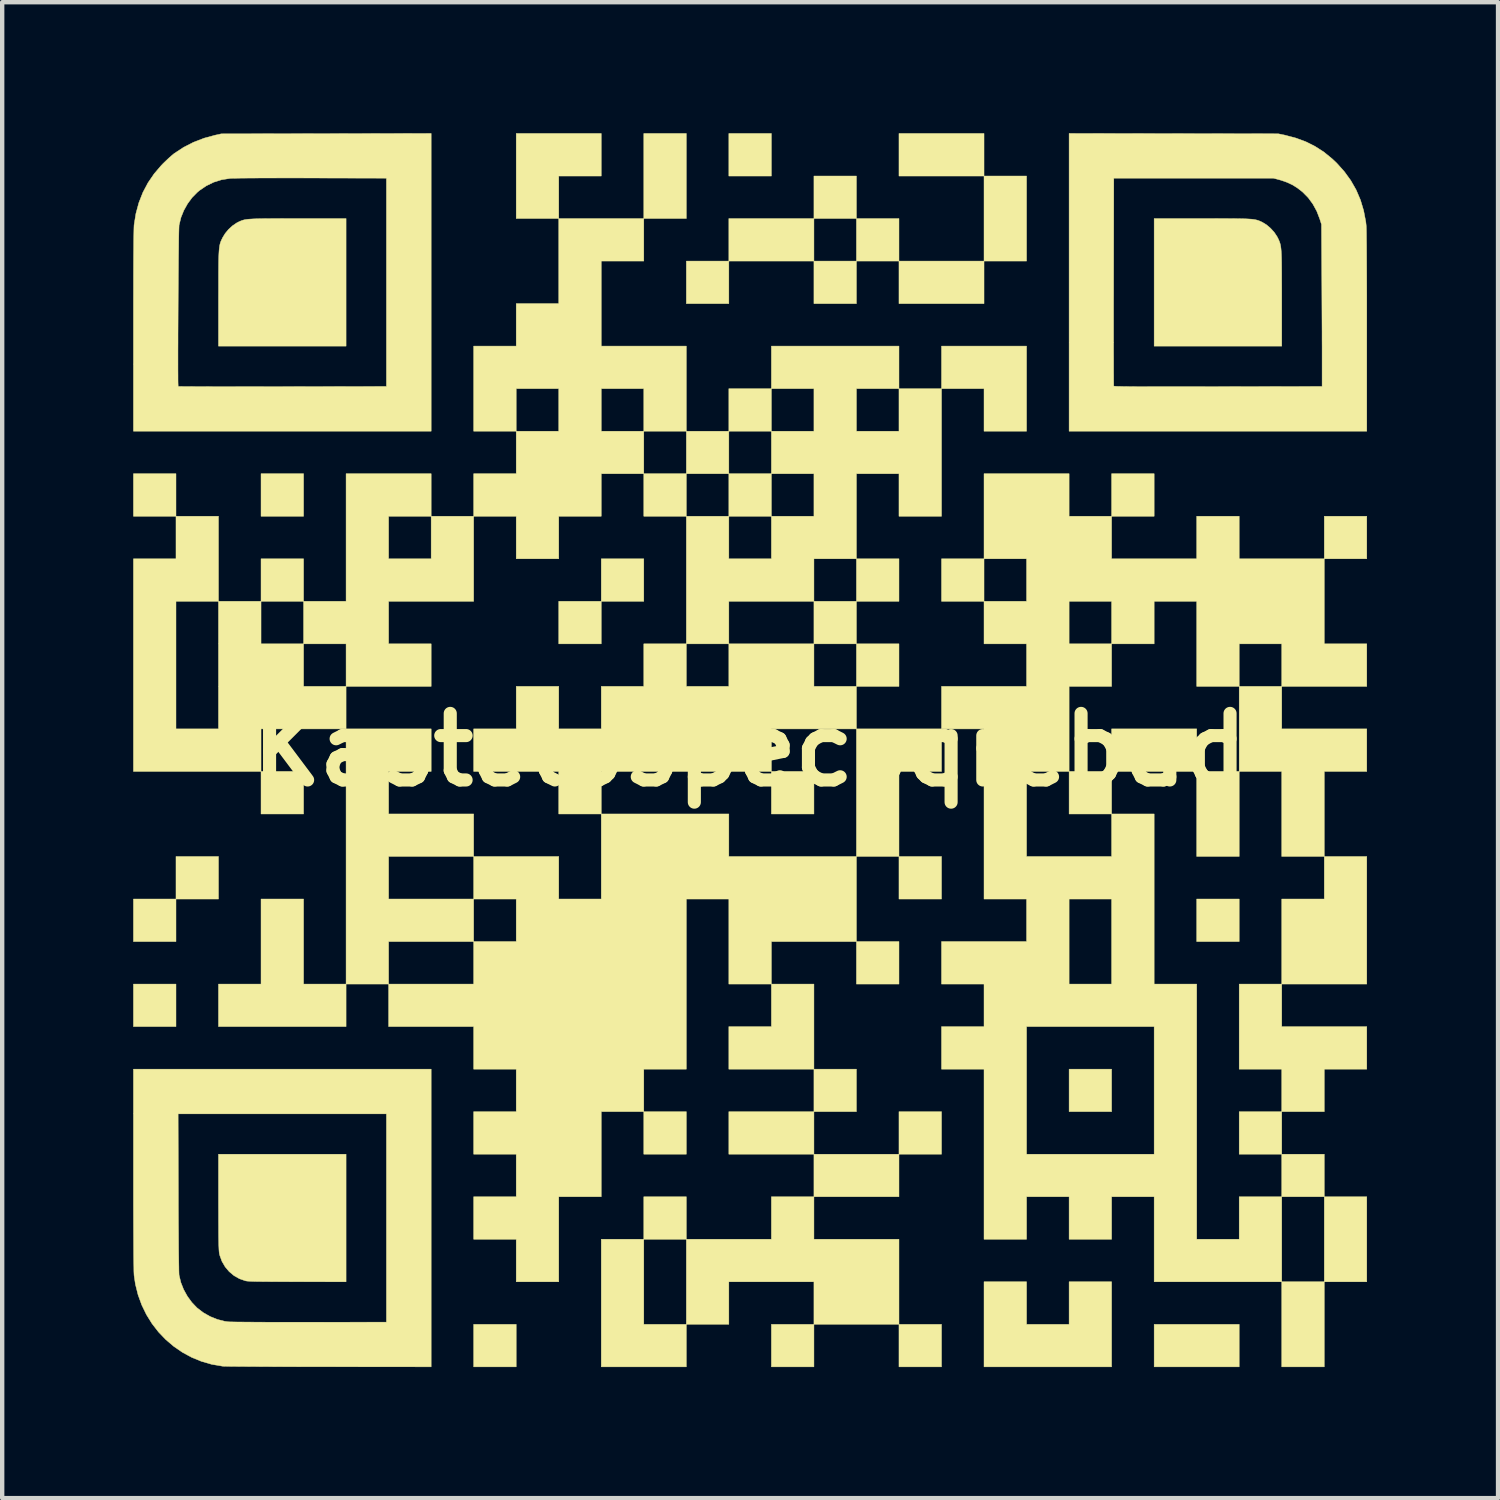
<source format=kicad_pcb>
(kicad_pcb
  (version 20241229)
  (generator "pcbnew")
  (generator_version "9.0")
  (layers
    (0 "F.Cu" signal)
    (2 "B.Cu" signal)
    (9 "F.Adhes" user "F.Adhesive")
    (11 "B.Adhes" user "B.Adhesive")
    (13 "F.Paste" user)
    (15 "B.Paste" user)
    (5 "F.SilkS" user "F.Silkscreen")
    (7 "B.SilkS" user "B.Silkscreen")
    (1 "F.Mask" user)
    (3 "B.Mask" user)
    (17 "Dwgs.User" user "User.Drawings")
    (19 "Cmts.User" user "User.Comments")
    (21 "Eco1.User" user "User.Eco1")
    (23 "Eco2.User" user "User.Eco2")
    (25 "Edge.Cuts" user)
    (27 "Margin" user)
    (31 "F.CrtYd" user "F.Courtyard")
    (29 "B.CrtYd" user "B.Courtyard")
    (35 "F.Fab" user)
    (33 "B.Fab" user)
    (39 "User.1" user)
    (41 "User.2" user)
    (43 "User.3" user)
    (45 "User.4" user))
  (footprint "Kastelospecsqrcbad"
    (layer "F.Cu")
    (at 14.116 14.117)
    (property "Reference" "Kastelospecsqrcbad" (at 0 0 0) (layer "F.SilkS") (effects (font (size 1.524 1.524) (thickness 0.3))))
    (attr through_hole)
    (fp_poly (pts (xy -13.137 -5.348) (xy -14.111 -5.348) (xy -14.111 -6.322) (xy -13.137 -6.322) (xy -13.137 -5.348)) (stroke (width 0.01) (type solid)) (fill yes) (layer "F.SilkS"))
    (fp_poly (pts (xy -13.137 4.389) (xy -14.111 4.389) (xy -14.111 3.415) (xy -13.137 3.415) (xy -13.137 4.389)) (stroke (width 0.01) (type solid)) (fill yes) (layer "F.SilkS"))
    (fp_poly (pts (xy -13.137 6.336) (xy -14.111 6.336) (xy -14.111 5.362) (xy -13.137 5.362) (xy -13.137 6.336)) (stroke (width 0.01) (type solid)) (fill yes) (layer "F.SilkS"))
    (fp_poly (pts (xy -12.164 3.415) (xy -13.137 3.415) (xy -13.137 2.441) (xy -12.164 2.441) (xy -12.164 3.415)) (stroke (width 0.01) (type solid)) (fill yes) (layer "F.SilkS"))
    (fp_poly (pts (xy -10.216 -5.348) (xy -11.19 -5.348) (xy -11.19 -6.322) (xy -10.216 -6.322) (xy -10.216 -5.348)) (stroke (width 0.01) (type solid)) (fill yes) (layer "F.SilkS"))
    (fp_poly (pts (xy -10.216 1.468) (xy -11.19 1.468) (xy -11.19 0.494) (xy -10.216 0.494) (xy -10.216 1.468)) (stroke (width 0.01) (type solid)) (fill yes) (layer "F.SilkS"))
    (fp_poly (pts (xy -5.348 14.125) (xy -6.322 14.125) (xy -6.322 13.152) (xy -5.348 13.152) (xy -5.348 14.125)) (stroke (width 0.01) (type solid)) (fill yes) (layer "F.SilkS"))
    (fp_poly (pts (xy -3.401 -2.427) (xy -4.374 -2.427) (xy -4.374 -3.401) (xy -3.401 -3.401) (xy -3.401 -2.427)) (stroke (width 0.01) (type solid)) (fill yes) (layer "F.SilkS"))
    (fp_poly (pts (xy -2.427 -3.401) (xy -3.401 -3.401) (xy -3.401 -4.374) (xy -2.427 -4.374) (xy -2.427 -3.401)) (stroke (width 0.01) (type solid)) (fill yes) (layer "F.SilkS"))
    (fp_poly (pts (xy -1.453 -12.164) (xy -2.427 -12.164) (xy -2.427 -14.111) (xy -1.453 -14.111) (xy -1.453 -12.164)) (stroke (width 0.01) (type solid)) (fill yes) (layer "F.SilkS"))
    (fp_poly (pts (xy -1.453 -5.348) (xy -2.427 -5.348) (xy -2.427 -6.322) (xy -1.453 -6.322) (xy -1.453 -5.348)) (stroke (width 0.01) (type solid)) (fill yes) (layer "F.SilkS"))
    (fp_poly (pts (xy -1.453 9.257) (xy -2.427 9.257) (xy -2.427 8.283) (xy -1.453 8.283) (xy -1.453 9.257)) (stroke (width 0.01) (type solid)) (fill yes) (layer "F.SilkS"))
    (fp_poly (pts (xy -0.48 -10.216) (xy -1.453 -10.216) (xy -1.453 -11.19) (xy -0.48 -11.19) (xy -0.48 -10.216)) (stroke (width 0.01) (type solid)) (fill yes) (layer "F.SilkS"))
    (fp_poly (pts (xy -0.48 -6.322) (xy -1.453 -6.322) (xy -1.453 -7.295) (xy -0.48 -7.295) (xy -0.48 -6.322)) (stroke (width 0.01) (type solid)) (fill yes) (layer "F.SilkS"))
    (fp_poly (pts (xy 0.494 -13.137) (xy -0.48 -13.137) (xy -0.48 -14.111) (xy 0.494 -14.111) (xy 0.494 -13.137)) (stroke (width 0.01) (type solid)) (fill yes) (layer "F.SilkS"))
    (fp_poly (pts (xy 0.494 -5.348) (xy -0.48 -5.348) (xy -0.48 -6.322) (xy 0.494 -6.322) (xy 0.494 -5.348)) (stroke (width 0.01) (type solid)) (fill yes) (layer "F.SilkS"))
    (fp_poly (pts (xy 1.468 -3.401) (xy 2.441 -3.401) (xy 2.441 -2.427) (xy 1.468 -2.427) (xy 1.468 -3.401)) (stroke (width 0.01) (type solid)) (fill yes) (layer "F.SilkS"))
    (fp_poly (pts (xy 1.468 1.468) (xy 0.494 1.468) (xy 0.494 0.494) (xy 1.468 0.494) (xy 1.468 1.468)) (stroke (width 0.01) (type solid)) (fill yes) (layer "F.SilkS"))
    (fp_poly (pts (xy 1.468 9.257) (xy -0.48 9.257) (xy -0.48 8.283) (xy 1.468 8.283) (xy 1.468 9.257)) (stroke (width 0.01) (type solid)) (fill yes) (layer "F.SilkS"))
    (fp_poly (pts (xy 1.468 14.125) (xy 0.494 14.125) (xy 0.494 13.152) (xy 1.468 13.152) (xy 1.468 14.125)) (stroke (width 0.01) (type solid)) (fill yes) (layer "F.SilkS"))
    (fp_poly (pts (xy 2.441 8.283) (xy 1.468 8.283) (xy 1.468 7.31) (xy 2.441 7.31) (xy 2.441 8.283)) (stroke (width 0.01) (type solid)) (fill yes) (layer "F.SilkS"))
    (fp_poly (pts (xy 3.415 -3.401) (xy 2.441 -3.401) (xy 2.441 -4.374) (xy 3.415 -4.374) (xy 3.415 -3.401)) (stroke (width 0.01) (type solid)) (fill yes) (layer "F.SilkS"))
    (fp_poly (pts (xy 3.415 -1.453) (xy 2.441 -1.453) (xy 2.441 -2.427) (xy 3.415 -2.427) (xy 3.415 -1.453)) (stroke (width 0.01) (type solid)) (fill yes) (layer "F.SilkS"))
    (fp_poly (pts (xy 3.415 5.362) (xy 2.441 5.362) (xy 2.441 4.389) (xy 3.415 4.389) (xy 3.415 5.362)) (stroke (width 0.01) (type solid)) (fill yes) (layer "F.SilkS"))
    (fp_poly (pts (xy 3.415 10.231) (xy 1.468 10.231) (xy 1.468 9.257) (xy 3.415 9.257) (xy 3.415 10.231)) (stroke (width 0.01) (type solid)) (fill yes) (layer "F.SilkS"))
    (fp_poly (pts (xy 4.389 3.415) (xy 3.415 3.415) (xy 3.415 2.441) (xy 4.389 2.441) (xy 4.389 3.415)) (stroke (width 0.01) (type solid)) (fill yes) (layer "F.SilkS"))
    (fp_poly (pts (xy 4.389 9.257) (xy 3.415 9.257) (xy 3.415 8.283) (xy 4.389 8.283) (xy 4.389 9.257)) (stroke (width 0.01) (type solid)) (fill yes) (layer "F.SilkS"))
    (fp_poly (pts (xy 4.389 14.125) (xy 3.415 14.125) (xy 3.415 13.152) (xy 4.389 13.152) (xy 4.389 14.125)) (stroke (width 0.01) (type solid)) (fill yes) (layer "F.SilkS"))
    (fp_poly (pts (xy 5.362 -13.137) (xy 3.415 -13.137) (xy 3.415 -14.111) (xy 5.362 -14.111) (xy 5.362 -13.137)) (stroke (width 0.01) (type solid)) (fill yes) (layer "F.SilkS"))
    (fp_poly (pts (xy 5.362 -10.216) (xy 3.415 -10.216) (xy 3.415 -11.19) (xy 5.362 -11.19) (xy 5.362 -10.216)) (stroke (width 0.01) (type solid)) (fill yes) (layer "F.SilkS"))
    (fp_poly (pts (xy 6.336 -11.19) (xy 5.362 -11.19) (xy 5.362 -13.137) (xy 6.336 -13.137) (xy 6.336 -11.19)) (stroke (width 0.01) (type solid)) (fill yes) (layer "F.SilkS"))
    (fp_poly (pts (xy 8.283 1.468) (xy 7.31 1.468) (xy 7.31 0.494) (xy 8.283 0.494) (xy 8.283 1.468)) (stroke (width 0.01) (type solid)) (fill yes) (layer "F.SilkS"))
    (fp_poly (pts (xy 8.283 8.283) (xy 7.31 8.283) (xy 7.31 7.31) (xy 8.283 7.31) (xy 8.283 8.283)) (stroke (width 0.01) (type solid)) (fill yes) (layer "F.SilkS"))
    (fp_poly (pts (xy 9.257 -5.348) (xy 8.283 -5.348) (xy 8.283 -6.322) (xy 9.257 -6.322) (xy 9.257 -5.348)) (stroke (width 0.01) (type solid)) (fill yes) (layer "F.SilkS"))
    (fp_poly (pts (xy 10.231 0.494) (xy 8.283 0.494) (xy 8.283 -0.48) (xy 10.231 -0.48) (xy 10.231 0.494)) (stroke (width 0.01) (type solid)) (fill yes) (layer "F.SilkS"))
    (fp_poly (pts (xy 11.204 2.441) (xy 10.231 2.441) (xy 10.231 0.494) (xy 11.204 0.494) (xy 11.204 2.441)) (stroke (width 0.01) (type solid)) (fill yes) (layer "F.SilkS"))
    (fp_poly (pts (xy 11.204 4.389) (xy 10.231 4.389) (xy 10.231 3.415) (xy 11.204 3.415) (xy 11.204 4.389)) (stroke (width 0.01) (type solid)) (fill yes) (layer "F.SilkS"))
    (fp_poly (pts (xy 11.204 14.125) (xy 9.257 14.125) (xy 9.257 13.152) (xy 11.204 13.152) (xy 11.204 14.125)) (stroke (width 0.01) (type solid)) (fill yes) (layer "F.SilkS"))
    (fp_poly (pts (xy 14.125 -4.374) (xy 13.152 -4.374) (xy 13.152 -5.348) (xy 14.125 -5.348) (xy 14.125 -4.374)) (stroke (width 0.01) (type solid)) (fill yes) (layer "F.SilkS"))
    (fp_poly (pts (xy -3.401 -13.137) (xy -4.374 -13.137) (xy -4.374 -12.164) (xy -5.348 -12.164) (xy -5.348 -14.111) (xy -3.401 -14.111) (xy -3.401 -13.137)) (stroke (width 0.01) (type solid)) (fill yes) (layer "F.SilkS"))
    (fp_poly (pts (xy 1.468 7.31) (xy -0.48 7.31) (xy -0.48 6.336) (xy 0.494 6.336) (xy 0.494 5.362) (xy 1.468 5.362) (xy 1.468 7.31)) (stroke (width 0.01) (type solid)) (fill yes) (layer "F.SilkS"))
    (fp_poly (pts (xy 4.389 0.494) (xy 3.415 0.494) (xy 3.415 2.441) (xy 2.441 2.441) (xy 2.441 -0.48) (xy 4.389 -0.48) (xy 4.389 0.494)) (stroke (width 0.01) (type solid)) (fill yes) (layer "F.SilkS"))
    (fp_poly (pts (xy 6.336 -7.295) (xy 5.362 -7.295) (xy 5.362 -8.269) (xy 4.389 -8.269) (xy 4.389 -9.243) (xy 6.336 -9.243) (xy 6.336 -7.295)) (stroke (width 0.01) (type solid)) (fill yes) (layer "F.SilkS"))
    (fp_poly (pts (xy -10.216 5.362) (xy -9.243 5.362) (xy -9.243 6.336) (xy -12.164 6.336) (xy -12.164 5.362) (xy -11.19 5.362) (xy -11.19 3.415) (xy -10.216 3.415) (xy -10.216 5.362)) (stroke (width 0.01) (type solid)) (fill yes) (layer "F.SilkS"))
    (fp_poly (pts (xy 6.336 13.152) (xy 7.31 13.152) (xy 7.31 12.178) (xy 8.283 12.178) (xy 8.283 14.125) (xy 5.362 14.125) (xy 5.362 12.178) (xy 6.336 12.178) (xy 6.336 13.152)) (stroke (width 0.01) (type solid)) (fill yes) (layer "F.SilkS"))
    (fp_poly (pts (xy -0.48 -12.164) (xy 1.468 -12.164) (xy 1.468 -11.19) (xy 2.441 -11.19) (xy 2.441 -12.164) (xy 1.468 -12.164) (xy 1.468 -13.137) (xy 2.441 -13.137) (xy 2.441 -12.164) (xy 3.415 -12.164) (xy 3.415 -11.19) (xy 2.441 -11.19) (xy 2.441 -10.216) (xy 1.468 -10.216) (xy 1.468 -11.19) (xy -0.48 -11.19) (xy -0.48 -12.164)) (stroke (width 0.01) (type solid)) (fill yes) (layer "F.SilkS"))
    (fp_poly (pts (xy -1.453 11.204) (xy 0.494 11.204) (xy 0.494 10.231) (xy 1.468 10.231) (xy 1.468 11.204) (xy 3.415 11.204) (xy 3.415 13.152) (xy 1.468 13.152) (xy 1.468 12.178) (xy -0.48 12.178) (xy -0.48 13.152) (xy -1.453 13.152) (xy -1.453 14.125) (xy -3.401 14.125) (xy -3.401 11.204) (xy -2.427 11.204) (xy -2.427 13.152) (xy -1.453 13.152) (xy -1.453 11.204) (xy -2.427 11.204) (xy -2.427 10.231) (xy -1.453 10.231) (xy -1.453 11.204)) (stroke (width 0.01) (type solid)) (fill yes) (layer "F.SilkS"))
    (fp_poly (pts (xy -9.243 12.178) (xy -10.354 12.177) (xy -10.566 12.176) (xy -10.752 12.176) (xy -10.914 12.175) (xy -11.052 12.174) (xy -11.169 12.173) (xy -11.267 12.172) (xy -11.348 12.17) (xy -11.412 12.168) (xy -11.463 12.165) (xy -11.501 12.163) (xy -11.529 12.159) (xy -11.546 12.156) (xy -11.682 12.109) (xy -11.808 12.038) (xy -11.918 11.946) (xy -12.011 11.836) (xy -12.084 11.711) (xy -12.134 11.574) (xy -12.143 11.536) (xy -12.147 11.513) (xy -12.15 11.483) (xy -12.153 11.445) (xy -12.155 11.396) (xy -12.158 11.334) (xy -12.159 11.259) (xy -12.161 11.166) (xy -12.162 11.056) (xy -12.162 10.925) (xy -12.163 10.772) (xy -12.163 10.596) (xy -12.164 10.393) (xy -12.164 10.347) (xy -12.164 9.257) (xy -9.243 9.257) (xy -9.243 12.178)) (stroke (width 0.01) (type solid)) (fill yes) (layer "F.SilkS"))
    (fp_poly (pts (xy -2.427 -11.19) (xy -3.401 -11.19) (xy -3.401 -9.243) (xy -1.453 -9.243) (xy -1.453 -7.295) (xy -2.427 -7.295) (xy -2.427 -6.322) (xy -3.401 -6.322) (xy -3.401 -5.348) (xy -4.374 -5.348) (xy -4.374 -4.374) (xy -5.348 -4.374) (xy -5.348 -5.348) (xy -6.322 -5.348) (xy -6.322 -6.322) (xy -5.348 -6.322) (xy -5.348 -7.295) (xy -6.322 -7.295) (xy -6.322 -8.269) (xy -5.348 -8.269) (xy -5.348 -7.295) (xy -4.374 -7.295) (xy -4.374 -8.269) (xy -3.401 -8.269) (xy -3.401 -7.295) (xy -2.427 -7.295) (xy -2.427 -8.269) (xy -3.401 -8.269) (xy -4.374 -8.269) (xy -5.348 -8.269) (xy -6.322 -8.269) (xy -6.322 -9.243) (xy -5.348 -9.243) (xy -5.348 -10.216) (xy -4.374 -10.216) (xy -4.374 -12.164) (xy -2.427 -12.164) (xy -2.427 -11.19)) (stroke (width 0.01) (type solid)) (fill yes) (layer "F.SilkS"))
    (fp_poly (pts (xy -9.243 -9.243) (xy -12.164 -9.243) (xy -12.164 -10.333) (xy -12.163 -10.545) (xy -12.163 -10.73) (xy -12.163 -10.892) (xy -12.162 -11.031) (xy -12.161 -11.15) (xy -12.159 -11.252) (xy -12.156 -11.337) (xy -12.152 -11.408) (xy -12.147 -11.468) (xy -12.141 -11.517) (xy -12.134 -11.559) (xy -12.125 -11.595) (xy -12.115 -11.627) (xy -12.102 -11.658) (xy -12.088 -11.688) (xy -12.072 -11.721) (xy -12.07 -11.726) (xy -12.011 -11.822) (xy -11.934 -11.915) (xy -11.845 -11.997) (xy -11.752 -12.061) (xy -11.726 -12.075) (xy -11.694 -12.091) (xy -11.665 -12.104) (xy -11.636 -12.116) (xy -11.606 -12.126) (xy -11.572 -12.135) (xy -11.533 -12.142) (xy -11.487 -12.148) (xy -11.43 -12.152) (xy -11.363 -12.156) (xy -11.281 -12.159) (xy -11.185 -12.161) (xy -11.07 -12.162) (xy -10.936 -12.163) (xy -10.78 -12.163) (xy -10.6 -12.164) (xy -10.395 -12.164) (xy -10.347 -12.164) (xy -9.243 -12.164) (xy -9.243 -9.243)) (stroke (width 0.01) (type solid)) (fill yes) (layer "F.SilkS"))
    (fp_poly (pts (xy 10.361 -12.164) (xy 10.572 -12.164) (xy 10.757 -12.163) (xy 10.918 -12.163) (xy 11.057 -12.162) (xy 11.176 -12.161) (xy 11.276 -12.159) (xy 11.361 -12.157) (xy 11.431 -12.153) (xy 11.49 -12.149) (xy 11.538 -12.143) (xy 11.578 -12.136) (xy 11.613 -12.128) (xy 11.644 -12.118) (xy 11.672 -12.107) (xy 11.701 -12.094) (xy 11.733 -12.079) (xy 11.74 -12.075) (xy 11.832 -12.018) (xy 11.923 -11.94) (xy 12.005 -11.85) (xy 12.07 -11.753) (xy 12.084 -11.726) (xy 12.101 -11.692) (xy 12.115 -11.661) (xy 12.127 -11.631) (xy 12.138 -11.599) (xy 12.147 -11.564) (xy 12.155 -11.523) (xy 12.161 -11.474) (xy 12.166 -11.416) (xy 12.17 -11.346) (xy 12.173 -11.263) (xy 12.175 -11.164) (xy 12.176 -11.046) (xy 12.177 -10.91) (xy 12.177 -10.751) (xy 12.178 -10.568) (xy 12.178 -10.36) (xy 12.178 -10.333) (xy 12.178 -9.243) (xy 9.257 -9.243) (xy 9.257 -12.164) (xy 10.361 -12.164)) (stroke (width 0.01) (type solid)) (fill yes) (layer "F.SilkS"))
    (fp_poly (pts (xy -6.322 -5.348) (xy -6.322 -3.401) (xy -8.269 -3.401) (xy -8.269 -2.427) (xy -7.295 -2.427) (xy -7.295 -1.453) (xy -9.243 -1.453) (xy -9.243 -0.48) (xy -11.19 -0.48) (xy -11.19 0.494) (xy -14.111 0.494) (xy -14.111 -3.401) (xy -13.137 -3.401) (xy -13.137 -0.48) (xy -12.164 -0.48) (xy -12.164 -3.401) (xy -13.137 -3.401) (xy -14.111 -3.401) (xy -14.111 -4.374) (xy -13.137 -4.374) (xy -13.137 -5.348) (xy -12.164 -5.348) (xy -12.164 -3.401) (xy -11.19 -3.401) (xy -11.19 -2.427) (xy -10.216 -2.427) (xy -10.216 -1.453) (xy -9.243 -1.453) (xy -9.243 -2.427) (xy -10.216 -2.427) (xy -10.216 -3.401) (xy -11.19 -3.401) (xy -11.19 -4.374) (xy -10.216 -4.374) (xy -10.216 -3.401) (xy -9.243 -3.401) (xy -9.243 -5.348) (xy -8.269 -5.348) (xy -8.269 -4.374) (xy -7.295 -4.374) (xy -7.295 -5.348) (xy -8.269 -5.348) (xy -9.243 -5.348) (xy -9.243 -6.322) (xy -7.295 -6.322) (xy -7.295 -5.348) (xy -6.322 -5.348)) (stroke (width 0.01) (type solid)) (fill yes) (layer "F.SilkS"))
    (fp_poly (pts (xy -4.374 2.441) (xy -4.374 3.415) (xy -3.401 3.415) (xy -3.401 1.468) (xy -0.48 1.468) (xy -0.48 2.441) (xy 2.441 2.441) (xy 2.441 4.389) (xy 0.494 4.389) (xy 0.494 5.362) (xy -0.48 5.362) (xy -0.48 3.415) (xy -1.453 3.415) (xy -1.453 7.31) (xy -2.427 7.31) (xy -2.427 8.283) (xy -3.401 8.283) (xy -3.401 10.231) (xy -4.374 10.231) (xy -4.374 12.178) (xy -5.348 12.178) (xy -5.348 11.204) (xy -6.322 11.204) (xy -6.322 10.231) (xy -5.348 10.231) (xy -5.348 9.257) (xy -6.322 9.257) (xy -6.322 8.283) (xy -5.348 8.283) (xy -5.348 7.31) (xy -6.322 7.31) (xy -6.322 6.336) (xy -8.269 6.336) (xy -8.269 5.362) (xy -9.243 5.362) (xy -9.243 4.389) (xy -8.269 4.389) (xy -8.269 5.362) (xy -6.322 5.362) (xy -6.322 4.389) (xy -8.269 4.389) (xy -9.243 4.389) (xy -9.243 2.441) (xy -8.269 2.441) (xy -8.269 3.415) (xy -6.322 3.415) (xy -6.322 4.389) (xy -5.348 4.389) (xy -5.348 3.415) (xy -6.322 3.415) (xy -6.322 2.441) (xy -8.269 2.441) (xy -9.243 2.441) (xy -9.243 -0.48) (xy -7.295 -0.48) (xy -7.295 0.494) (xy -8.269 0.494) (xy -8.269 1.468) (xy -6.322 1.468) (xy -6.322 2.441) (xy -4.374 2.441)) (stroke (width 0.01) (type solid)) (fill yes) (layer "F.SilkS"))
    (fp_poly (pts (xy 1.468 -1.453) (xy 2.441 -1.453) (xy 2.441 -0.48) (xy 0.494 -0.48) (xy 0.494 0.494) (xy -3.401 0.494) (xy -3.401 1.468) (xy -4.374 1.468) (xy -4.374 0.494) (xy -6.322 0.494) (xy -6.322 -0.48) (xy -5.348 -0.48) (xy -5.348 -1.453) (xy -4.374 -1.453) (xy -4.374 -0.48) (xy -3.401 -0.48) (xy -3.401 -1.453) (xy -2.427 -1.453) (xy -2.427 -2.427) (xy -1.453 -2.427) (xy -1.453 -1.453) (xy -0.48 -1.453) (xy -0.48 -2.427) (xy -1.453 -2.427) (xy -1.453 -5.348) (xy -0.48 -5.348) (xy -0.48 -4.374) (xy 0.494 -4.374) (xy 0.494 -5.348) (xy 1.468 -5.348) (xy 1.468 -6.322) (xy 0.494 -6.322) (xy 0.494 -7.295) (xy -0.48 -7.295) (xy -0.48 -8.269) (xy 0.494 -8.269) (xy 0.494 -7.295) (xy 1.468 -7.295) (xy 1.468 -8.269) (xy 2.441 -8.269) (xy 2.441 -7.295) (xy 3.415 -7.295) (xy 3.415 -8.269) (xy 2.441 -8.269) (xy 1.468 -8.269) (xy 0.494 -8.269) (xy 0.494 -9.243) (xy 3.415 -9.243) (xy 3.415 -8.269) (xy 4.389 -8.269) (xy 4.389 -5.348) (xy 3.415 -5.348) (xy 3.415 -6.322) (xy 2.441 -6.322) (xy 2.441 -4.374) (xy 1.468 -4.374) (xy 1.468 -3.401) (xy -0.48 -3.401) (xy -0.48 -2.427) (xy 1.468 -2.427) (xy 1.468 -1.453)) (stroke (width 0.01) (type solid)) (fill yes) (layer "F.SilkS"))
    (fp_poly (pts (xy -7.295 14.125) (xy -9.634 14.123) (xy -9.891 14.123) (xy -10.14 14.123) (xy -10.382 14.122) (xy -10.614 14.122) (xy -10.834 14.121) (xy -11.042 14.12) (xy -11.235 14.119) (xy -11.412 14.118) (xy -11.571 14.117) (xy -11.712 14.116) (xy -11.832 14.115) (xy -11.93 14.114) (xy -12.003 14.112) (xy -12.052 14.111) (xy -12.073 14.11) (xy -12.318 14.068) (xy -12.554 14) (xy -12.778 13.908) (xy -12.99 13.793) (xy -13.188 13.657) (xy -13.371 13.501) (xy -13.537 13.328) (xy -13.685 13.137) (xy -13.813 12.931) (xy -13.92 12.711) (xy -14.005 12.478) (xy -14.066 12.235) (xy -14.096 12.034) (xy -14.098 11.998) (xy -14.101 11.933) (xy -14.102 11.841) (xy -14.104 11.72) (xy -14.106 11.572) (xy -14.107 11.395) (xy -14.108 11.191) (xy -14.109 10.958) (xy -14.11 10.698) (xy -14.111 10.41) (xy -14.111 10.094) (xy -14.111 9.75) (xy -14.111 9.603) (xy -14.111 8.333) (xy -13.088 8.333) (xy -13.083 10.139) (xy -13.083 10.392) (xy -13.082 10.632) (xy -13.081 10.857) (xy -13.079 11.067) (xy -13.078 11.26) (xy -13.077 11.435) (xy -13.075 11.59) (xy -13.073 11.724) (xy -13.071 11.835) (xy -13.07 11.923) (xy -13.068 11.986) (xy -13.066 12.023) (xy -13.065 12.03) (xy -13.026 12.193) (xy -12.962 12.355) (xy -12.877 12.509) (xy -12.774 12.65) (xy -12.658 12.772) (xy -12.651 12.778) (xy -12.511 12.885) (xy -12.356 12.973) (xy -12.192 13.039) (xy -12.026 13.082) (xy -11.948 13.093) (xy -11.92 13.095) (xy -11.864 13.096) (xy -11.785 13.098) (xy -11.683 13.099) (xy -11.559 13.1) (xy -11.417 13.101) (xy -11.258 13.102) (xy -11.084 13.103) (xy -10.896 13.103) (xy -10.696 13.104) (xy -10.486 13.104) (xy -10.269 13.104) (xy -10.075 13.104) (xy -8.319 13.102) (xy -8.319 8.333) (xy -13.088 8.333) (xy -14.111 8.333) (xy -14.111 7.31) (xy -7.295 7.31) (xy -7.295 14.125)) (stroke (width 0.01) (type solid)) (fill yes) (layer "F.SilkS"))
    (fp_poly (pts (xy 9.705 -14.108) (xy 12.1 -14.104) (xy 12.253 -14.072) (xy 12.5 -14.007) (xy 12.728 -13.923) (xy 12.941 -13.816) (xy 13.142 -13.687) (xy 13.332 -13.532) (xy 13.435 -13.435) (xy 13.609 -13.241) (xy 13.758 -13.036) (xy 13.882 -12.819) (xy 13.98 -12.589) (xy 14.053 -12.346) (xy 14.102 -12.091) (xy 14.11 -12.02) (xy 14.113 -11.984) (xy 14.115 -11.919) (xy 14.117 -11.827) (xy 14.118 -11.706) (xy 14.12 -11.558) (xy 14.121 -11.381) (xy 14.122 -11.177) (xy 14.123 -10.944) (xy 14.124 -10.684) (xy 14.125 -10.396) (xy 14.125 -10.08) (xy 14.125 -9.736) (xy 14.125 -9.589) (xy 14.125 -7.295) (xy 7.31 -7.295) (xy 7.31 -9.524) (xy 8.328 -9.524) (xy 8.328 -9.32) (xy 8.328 -9.131) (xy 8.329 -8.958) (xy 8.329 -8.803) (xy 8.329 -8.667) (xy 8.33 -8.552) (xy 8.33 -8.459) (xy 8.331 -8.39) (xy 8.331 -8.346) (xy 8.332 -8.329) (xy 8.332 -8.329) (xy 8.338 -8.327) (xy 8.355 -8.325) (xy 8.383 -8.323) (xy 8.424 -8.321) (xy 8.479 -8.32) (xy 8.549 -8.318) (xy 8.635 -8.317) (xy 8.738 -8.316) (xy 8.859 -8.315) (xy 9 -8.315) (xy 9.161 -8.314) (xy 9.343 -8.314) (xy 9.548 -8.314) (xy 9.776 -8.314) (xy 10.029 -8.314) (xy 10.308 -8.314) (xy 10.613 -8.315) (xy 10.72 -8.315) (xy 13.102 -8.319) (xy 13.102 -8.968) (xy 13.102 -9.087) (xy 13.102 -9.231) (xy 13.101 -9.396) (xy 13.101 -9.578) (xy 13.1 -9.772) (xy 13.099 -9.976) (xy 13.098 -10.185) (xy 13.097 -10.396) (xy 13.096 -10.605) (xy 13.095 -10.807) (xy 13.095 -10.823) (xy 13.088 -12.03) (xy 13.048 -12.156) (xy 12.98 -12.332) (xy 12.891 -12.495) (xy 12.784 -12.641) (xy 12.66 -12.767) (xy 12.65 -12.776) (xy 12.535 -12.865) (xy 12.421 -12.936) (xy 12.299 -12.993) (xy 12.161 -13.041) (xy 12.103 -13.057) (xy 11.987 -13.088) (xy 8.333 -13.088) (xy 8.329 -10.717) (xy 8.329 -10.461) (xy 8.328 -10.212) (xy 8.328 -9.971) (xy 8.328 -9.742) (xy 8.328 -9.524) (xy 7.31 -9.524) (xy 7.31 -14.112) (xy 9.705 -14.108)) (stroke (width 0.01) (type solid)) (fill yes) (layer "F.SilkS"))
    (fp_poly (pts (xy -7.295 -10.704) (xy -7.295 -7.295) (xy -14.111 -7.295) (xy -14.111 -8.981) (xy -13.092 -8.981) (xy -13.092 -8.832) (xy -13.092 -8.698) (xy -13.091 -8.581) (xy -13.091 -8.483) (xy -13.09 -8.407) (xy -13.088 -8.353) (xy -13.087 -8.325) (xy -13.086 -8.321) (xy -13.071 -8.32) (xy -13.03 -8.319) (xy -12.963 -8.318) (xy -12.872 -8.318) (xy -12.758 -8.317) (xy -12.624 -8.316) (xy -12.471 -8.316) (xy -12.299 -8.315) (xy -12.111 -8.315) (xy -11.908 -8.315) (xy -11.691 -8.314) (xy -11.462 -8.314) (xy -11.223 -8.314) (xy -10.974 -8.315) (xy -10.718 -8.315) (xy -10.697 -8.315) (xy -8.319 -8.319) (xy -8.319 -13.088) (xy -10.033 -13.092) (xy -10.294 -13.093) (xy -10.54 -13.093) (xy -10.769 -13.093) (xy -10.982 -13.092) (xy -11.176 -13.092) (xy -11.351 -13.091) (xy -11.504 -13.09) (xy -11.635 -13.089) (xy -11.742 -13.087) (xy -11.825 -13.086) (xy -11.881 -13.084) (xy -11.904 -13.082) (xy -12.095 -13.052) (xy -12.275 -12.995) (xy -12.445 -12.912) (xy -12.602 -12.805) (xy -12.651 -12.763) (xy -12.769 -12.643) (xy -12.872 -12.503) (xy -12.958 -12.349) (xy -13.023 -12.188) (xy -13.063 -12.024) (xy -13.066 -12.009) (xy -13.067 -11.983) (xy -13.069 -11.933) (xy -13.071 -11.859) (xy -13.073 -11.764) (xy -13.075 -11.649) (xy -13.076 -11.517) (xy -13.078 -11.369) (xy -13.08 -11.209) (xy -13.081 -11.037) (xy -13.083 -10.855) (xy -13.084 -10.667) (xy -13.086 -10.473) (xy -13.087 -10.276) (xy -13.088 -10.078) (xy -13.089 -9.881) (xy -13.09 -9.687) (xy -13.091 -9.498) (xy -13.091 -9.316) (xy -13.092 -9.143) (xy -13.092 -8.981) (xy -14.111 -8.981) (xy -14.111 -9.589) (xy -14.111 -9.944) (xy -14.111 -10.271) (xy -14.11 -10.57) (xy -14.11 -10.842) (xy -14.109 -11.086) (xy -14.108 -11.302) (xy -14.106 -11.489) (xy -14.105 -11.649) (xy -14.103 -11.781) (xy -14.101 -11.885) (xy -14.099 -11.961) (xy -14.097 -12.008) (xy -14.096 -12.02) (xy -14.054 -12.279) (xy -13.987 -12.526) (xy -13.895 -12.761) (xy -13.778 -12.982) (xy -13.636 -13.19) (xy -13.47 -13.384) (xy -13.434 -13.421) (xy -13.37 -13.483) (xy -13.304 -13.545) (xy -13.242 -13.6) (xy -13.191 -13.643) (xy -13.174 -13.656) (xy -12.96 -13.796) (xy -12.733 -13.912) (xy -12.492 -14.004) (xy -12.241 -14.072) (xy -12.1 -14.103) (xy -9.698 -14.107) (xy -7.295 -14.112) (xy -7.295 -10.704)) (stroke (width 0.01) (type solid)) (fill yes) (layer "F.SilkS"))
    (fp_poly (pts (xy 4.389 -1.453) (xy 6.336 -1.453) (xy 6.336 -2.427) (xy 5.362 -2.427) (xy 5.362 -3.401) (xy 4.389 -3.401) (xy 4.389 -4.374) (xy 5.362 -4.374) (xy 5.362 -3.401) (xy 6.336 -3.401) (xy 7.31 -3.401) (xy 7.31 -2.427) (xy 8.283 -2.427) (xy 8.283 -3.401) (xy 7.31 -3.401) (xy 6.336 -3.401) (xy 6.336 -4.374) (xy 5.362 -4.374) (xy 5.362 -6.322) (xy 7.31 -6.322) (xy 7.31 -5.348) (xy 8.283 -5.348) (xy 8.283 -4.374) (xy 10.231 -4.374) (xy 10.231 -5.348) (xy 11.204 -5.348) (xy 11.204 -4.374) (xy 13.152 -4.374) (xy 13.152 -2.427) (xy 14.125 -2.427) (xy 14.125 -1.453) (xy 12.178 -1.453) (xy 12.178 -0.48) (xy 14.125 -0.48) (xy 14.125 0.494) (xy 13.152 0.494) (xy 13.152 2.441) (xy 14.125 2.441) (xy 14.125 5.362) (xy 12.178 5.362) (xy 12.178 6.336) (xy 14.125 6.336) (xy 14.125 7.31) (xy 13.152 7.31) (xy 13.152 8.283) (xy 12.178 8.283) (xy 12.178 9.257) (xy 13.152 9.257) (xy 13.152 10.231) (xy 14.125 10.231) (xy 14.125 12.178) (xy 13.152 12.178) (xy 13.152 14.125) (xy 12.178 14.125) (xy 12.178 12.178) (xy 9.257 12.178) (xy 9.257 10.231) (xy 8.283 10.231) (xy 8.283 11.204) (xy 7.31 11.204) (xy 7.31 10.231) (xy 6.336 10.231) (xy 6.336 11.204) (xy 5.362 11.204) (xy 5.362 7.31) (xy 4.389 7.31) (xy 4.389 6.336) (xy 5.362 6.336) (xy 6.336 6.336) (xy 6.336 9.257) (xy 9.257 9.257) (xy 9.257 6.336) (xy 6.336 6.336) (xy 5.362 6.336) (xy 5.362 5.362) (xy 4.389 5.362) (xy 4.389 4.389) (xy 6.336 4.389) (xy 6.336 3.415) (xy 7.31 3.415) (xy 7.31 5.362) (xy 8.283 5.362) (xy 8.283 3.415) (xy 7.31 3.415) (xy 6.336 3.415) (xy 5.362 3.415) (xy 5.362 0.494) (xy 6.336 0.494) (xy 6.336 2.441) (xy 8.283 2.441) (xy 8.283 1.468) (xy 9.257 1.468) (xy 9.257 5.362) (xy 10.231 5.362) (xy 10.231 11.204) (xy 11.204 11.204) (xy 11.204 10.231) (xy 12.178 10.231) (xy 12.178 12.178) (xy 13.152 12.178) (xy 13.152 10.231) (xy 12.178 10.231) (xy 12.178 9.257) (xy 11.204 9.257) (xy 11.204 8.283) (xy 12.178 8.283) (xy 12.178 7.31) (xy 11.204 7.31) (xy 11.204 5.362) (xy 12.178 5.362) (xy 12.178 3.415) (xy 13.152 3.415) (xy 13.152 2.441) (xy 12.178 2.441) (xy 12.178 0.494) (xy 11.204 0.494) (xy 11.204 -1.453) (xy 10.231 -1.453) (xy 10.231 -2.427) (xy 11.204 -2.427) (xy 11.204 -1.453) (xy 12.178 -1.453) (xy 12.178 -2.427) (xy 11.204 -2.427) (xy 10.231 -2.427) (xy 10.231 -3.401) (xy 9.257 -3.401) (xy 9.257 -2.427) (xy 8.283 -2.427) (xy 8.283 -1.453) (xy 7.31 -1.453) (xy 7.31 0.494) (xy 6.336 0.494) (xy 5.362 0.494) (xy 5.362 -0.48) (xy 4.389 -0.48) (xy 4.389 -1.453)) (stroke (width 0.01) (type solid)) (fill yes) (layer "F.SilkS")))
  (gr_rect
    (start -3 -3)
    (end 31.246 31.247)
    (stroke (width 0.1) (type default))
    (fill no)
    (layer "Edge.Cuts")))
</source>
